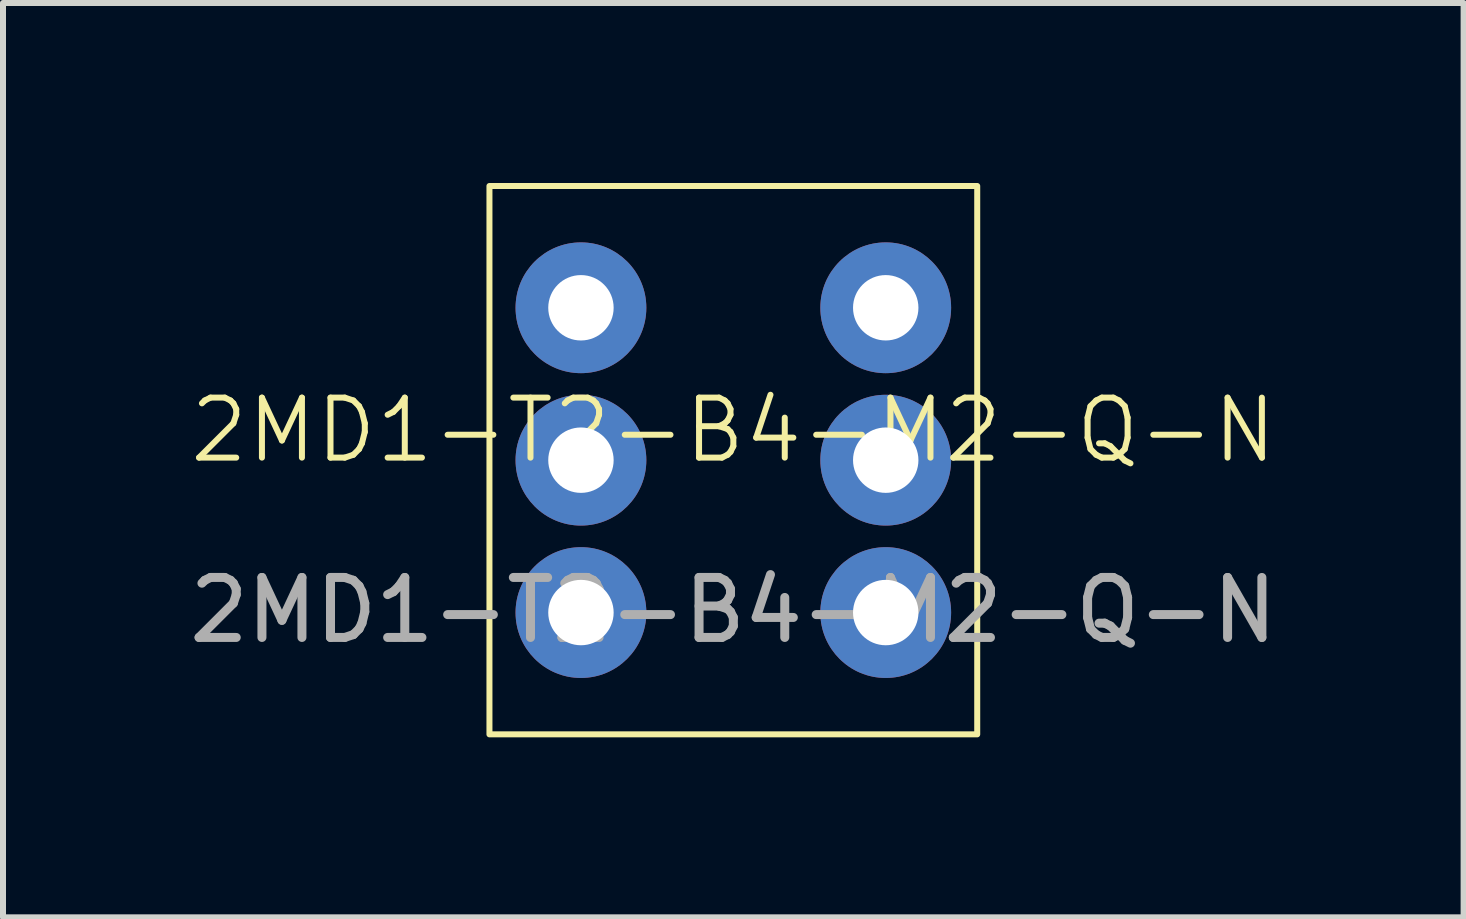
<source format=kicad_pcb>
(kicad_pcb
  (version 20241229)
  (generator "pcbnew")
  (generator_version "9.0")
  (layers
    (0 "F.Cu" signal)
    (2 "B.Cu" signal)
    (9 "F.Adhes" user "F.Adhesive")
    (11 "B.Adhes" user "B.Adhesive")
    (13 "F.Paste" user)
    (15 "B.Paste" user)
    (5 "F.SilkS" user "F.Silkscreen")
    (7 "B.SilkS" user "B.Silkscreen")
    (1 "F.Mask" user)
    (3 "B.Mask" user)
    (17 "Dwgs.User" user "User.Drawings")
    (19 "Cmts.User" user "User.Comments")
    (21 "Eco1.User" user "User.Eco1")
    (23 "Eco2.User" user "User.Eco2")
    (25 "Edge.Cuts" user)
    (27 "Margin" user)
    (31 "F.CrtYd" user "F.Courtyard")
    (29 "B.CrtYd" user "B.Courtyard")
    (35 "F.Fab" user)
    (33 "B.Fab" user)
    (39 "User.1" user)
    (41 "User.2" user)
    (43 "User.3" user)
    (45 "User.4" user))
  (footprint "2MD1-T2-B4-M2-Q-N"
    (layer "F.Cu")
    (at 9.173 4.62)
    (property "Reference" "2MD1-T2-B4-M2-Q-N" (at 0 -0.5 0) (unlocked yes) (layer "F.SilkS") (effects (font (size 1 1) (thickness 0.1))))
    (attr through_hole)
    (fp_rect (start -4.065 -4.57) (end 4.065 4.57) (stroke (width 0.1) (type default)) (fill no) (layer "F.SilkS"))
    (fp_text user "${REFERENCE}" (at 0 2.5 0) (unlocked yes) (layer "F.Fab") (effects (font (size 1 1) (thickness 0.15))))
    (pad "1" thru_hole circle (at 2.54 -2.54) (size 2.18 2.18) (drill 1.09) (layers "*.Cu" "*.Mask"))
    (pad "2" thru_hole circle (at 2.54 0) (size 2.18 2.18) (drill 1.09) (layers "*.Cu" "*.Mask"))
    (pad "3" thru_hole circle (at 2.54 2.54) (size 2.18 2.18) (drill 1.09) (layers "*.Cu" "*.Mask"))
    (pad "4" thru_hole circle (at -2.54 -2.54) (size 2.18 2.18) (drill 1.09) (layers "*.Cu" "*.Mask"))
    (pad "5" thru_hole circle (at -2.54 0) (size 2.18 2.18) (drill 1.09) (layers "*.Cu" "*.Mask"))
    (pad "6" thru_hole circle (at -2.54 2.54) (size 2.18 2.18) (drill 1.09) (layers "*.Cu" "*.Mask")))
  (gr_rect
    (start -3 -3)
    (end 21.345 12.24)
    (stroke (width 0.1) (type default))
    (fill no)
    (layer "Edge.Cuts")))
</source>
